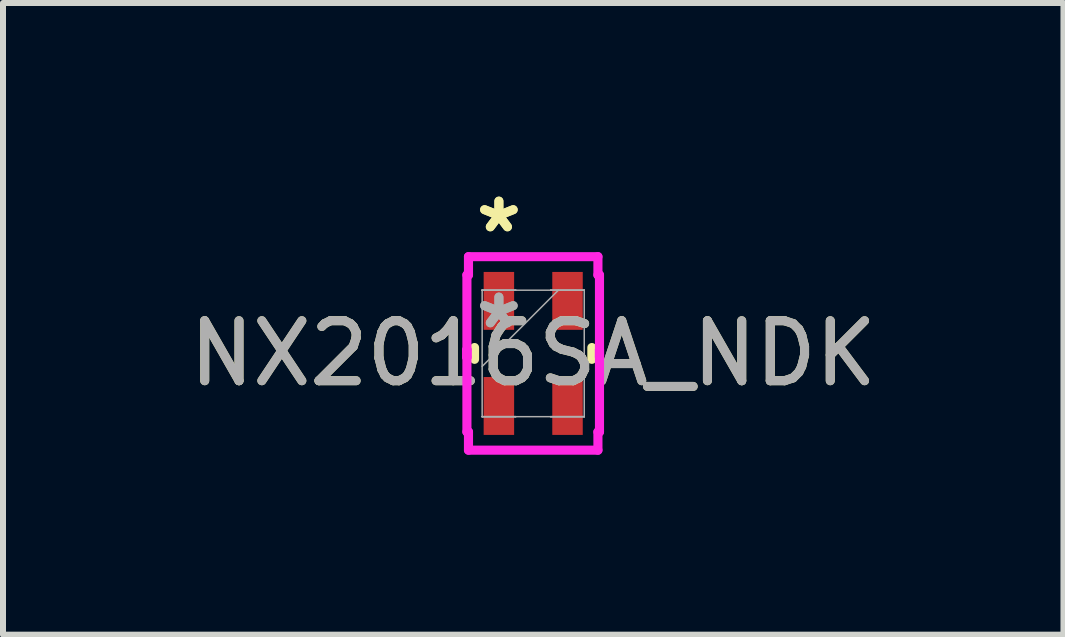
<source format=kicad_pcb>
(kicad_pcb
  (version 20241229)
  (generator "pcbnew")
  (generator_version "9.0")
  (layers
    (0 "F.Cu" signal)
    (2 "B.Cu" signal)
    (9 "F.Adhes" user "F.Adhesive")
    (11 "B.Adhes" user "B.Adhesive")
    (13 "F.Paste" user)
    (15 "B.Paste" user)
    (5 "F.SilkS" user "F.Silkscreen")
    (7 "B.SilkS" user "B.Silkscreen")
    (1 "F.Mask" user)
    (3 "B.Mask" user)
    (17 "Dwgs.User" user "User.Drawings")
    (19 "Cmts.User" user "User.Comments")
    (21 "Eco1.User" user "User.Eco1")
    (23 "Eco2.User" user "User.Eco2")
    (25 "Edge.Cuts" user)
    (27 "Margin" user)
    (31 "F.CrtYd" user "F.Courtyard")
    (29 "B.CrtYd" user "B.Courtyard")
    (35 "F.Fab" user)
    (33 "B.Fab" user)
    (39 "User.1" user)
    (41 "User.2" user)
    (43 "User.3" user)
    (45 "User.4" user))
  (footprint "NX2016SA_NDK"
    (layer "F.Cu")
    (at 5.839 2.842)
    (property "Reference" "NX2016SA_NDK" (at 0 0 0) (unlocked yes) (layer "F.SilkS") (effects (font (size 1 1) (thickness 0.15))))
    (attr smd)
    (fp_line (start -0.978 -0.098) (end -0.978 0.098) (stroke (width 0.152) (type solid)) (layer "F.SilkS"))
    (fp_line (start 0.978 0.098) (end 0.978 -0.098) (stroke (width 0.152) (type solid)) (layer "F.SilkS"))
    (fp_line (start -1.105 -1.308) (end -1.079 -1.308) (stroke (width 0.152) (type solid)) (layer "F.CrtYd"))
    (fp_line (start -1.105 -0.064) (end -1.105 -0.064) (stroke (width 0.152) (type solid)) (layer "F.CrtYd"))
    (fp_line (start -1.105 -0.064) (end -1.105 0.064) (stroke (width 0.152) (type solid)) (layer "F.CrtYd"))
    (fp_line (start -1.105 0.064) (end -1.105 -1.308) (stroke (width 0.152) (type solid)) (layer "F.CrtYd"))
    (fp_line (start -1.105 0.064) (end -1.105 0.064) (stroke (width 0.152) (type solid)) (layer "F.CrtYd"))
    (fp_line (start -1.105 1.308) (end -1.105 -0.064) (stroke (width 0.152) (type solid)) (layer "F.CrtYd"))
    (fp_line (start -1.079 -1.613) (end 1.079 -1.613) (stroke (width 0.152) (type solid)) (layer "F.CrtYd"))
    (fp_line (start -1.079 -1.308) (end -1.079 -1.613) (stroke (width 0.152) (type solid)) (layer "F.CrtYd"))
    (fp_line (start -1.079 1.308) (end -1.105 1.308) (stroke (width 0.152) (type solid)) (layer "F.CrtYd"))
    (fp_line (start -1.079 1.613) (end -1.079 1.308) (stroke (width 0.152) (type solid)) (layer "F.CrtYd"))
    (fp_line (start 1.079 -1.613) (end 1.079 -1.308) (stroke (width 0.152) (type solid)) (layer "F.CrtYd"))
    (fp_line (start 1.079 -1.308) (end 1.105 -1.308) (stroke (width 0.152) (type solid)) (layer "F.CrtYd"))
    (fp_line (start 1.079 1.308) (end 1.079 1.613) (stroke (width 0.152) (type solid)) (layer "F.CrtYd"))
    (fp_line (start 1.079 1.613) (end -1.079 1.613) (stroke (width 0.152) (type solid)) (layer "F.CrtYd"))
    (fp_line (start 1.105 -1.308) (end 1.105 0.064) (stroke (width 0.152) (type solid)) (layer "F.CrtYd"))
    (fp_line (start 1.105 -0.064) (end 1.105 -0.064) (stroke (width 0.152) (type solid)) (layer "F.CrtYd"))
    (fp_line (start 1.105 -0.064) (end 1.105 1.308) (stroke (width 0.152) (type solid)) (layer "F.CrtYd"))
    (fp_line (start 1.105 0.064) (end 1.105 -0.064) (stroke (width 0.152) (type solid)) (layer "F.CrtYd"))
    (fp_line (start 1.105 0.064) (end 1.105 0.064) (stroke (width 0.152) (type solid)) (layer "F.CrtYd"))
    (fp_line (start 1.105 1.308) (end 1.079 1.308) (stroke (width 0.152) (type solid)) (layer "F.CrtYd"))
    (fp_line (start -0.851 -1.054) (end -0.851 -1.054) (stroke (width 0.025) (type solid)) (layer "F.Fab"))
    (fp_line (start -0.851 -1.054) (end -0.851 -1.054) (stroke (width 0.025) (type solid)) (layer "F.Fab"))
    (fp_line (start -0.851 -1.054) (end -0.851 1.054) (stroke (width 0.025) (type solid)) (layer "F.Fab"))
    (fp_line (start -0.851 -1.054) (end -0.292 -1.054) (stroke (width 0.025) (type solid)) (layer "F.Fab"))
    (fp_line (start -0.851 0.216) (end 0.419 -1.054) (stroke (width 0.025) (type solid)) (layer "F.Fab"))
    (fp_line (start -0.851 1.054) (end -0.851 1.054) (stroke (width 0.025) (type solid)) (layer "F.Fab"))
    (fp_line (start -0.851 1.054) (end -0.851 1.054) (stroke (width 0.025) (type solid)) (layer "F.Fab"))
    (fp_line (start -0.851 1.054) (end -0.292 1.054) (stroke (width 0.025) (type solid)) (layer "F.Fab"))
    (fp_line (start -0.851 1.054) (end 0.851 1.054) (stroke (width 0.025) (type solid)) (layer "F.Fab"))
    (fp_line (start -0.292 -1.054) (end -0.851 -1.054) (stroke (width 0.025) (type solid)) (layer "F.Fab"))
    (fp_line (start -0.292 -1.054) (end -0.292 -1.054) (stroke (width 0.025) (type solid)) (layer "F.Fab"))
    (fp_line (start -0.292 1.054) (end -0.851 1.054) (stroke (width 0.025) (type solid)) (layer "F.Fab"))
    (fp_line (start -0.292 1.054) (end -0.292 1.054) (stroke (width 0.025) (type solid)) (layer "F.Fab"))
    (fp_line (start 0.292 -1.054) (end 0.292 -1.054) (stroke (width 0.025) (type solid)) (layer "F.Fab"))
    (fp_line (start 0.292 -1.054) (end 0.851 -1.054) (stroke (width 0.025) (type solid)) (layer "F.Fab"))
    (fp_line (start 0.292 1.054) (end 0.292 1.054) (stroke (width 0.025) (type solid)) (layer "F.Fab"))
    (fp_line (start 0.292 1.054) (end 0.851 1.054) (stroke (width 0.025) (type solid)) (layer "F.Fab"))
    (fp_line (start 0.851 -1.054) (end -0.851 -1.054) (stroke (width 0.025) (type solid)) (layer "F.Fab"))
    (fp_line (start 0.851 -1.054) (end 0.292 -1.054) (stroke (width 0.025) (type solid)) (layer "F.Fab"))
    (fp_line (start 0.851 -1.054) (end 0.851 -1.054) (stroke (width 0.025) (type solid)) (layer "F.Fab"))
    (fp_line (start 0.851 -1.054) (end 0.851 -1.054) (stroke (width 0.025) (type solid)) (layer "F.Fab"))
    (fp_line (start 0.851 1.054) (end 0.292 1.054) (stroke (width 0.025) (type solid)) (layer "F.Fab"))
    (fp_line (start 0.851 1.054) (end 0.851 -1.054) (stroke (width 0.025) (type solid)) (layer "F.Fab"))
    (fp_line (start 0.851 1.054) (end 0.851 1.054) (stroke (width 0.025) (type solid)) (layer "F.Fab"))
    (fp_line (start 0.851 1.054) (end 0.851 1.054) (stroke (width 0.025) (type solid)) (layer "F.Fab"))
    (fp_text user "*" (at -0.572 -1.994 0) (unlocked yes) (layer "F.SilkS") (effects (font (size 1 1) (thickness 0.15))))
    (fp_text user "*" (at -0.572 -1.994 0) (layer "F.SilkS") (effects (font (size 1 1) (thickness 0.15))))
    (fp_text user "*" (at -0.572 -0.394 0) (layer "F.Fab") (effects (font (size 1 1) (thickness 0.15))))
    (fp_text user "*" (at -0.572 -0.394 0) (unlocked yes) (layer "F.Fab") (effects (font (size 1 1) (thickness 0.15))))
    (fp_text user "${REFERENCE}" (at 0 0 0) (unlocked yes) (layer "F.Fab") (effects (font (size 1 1) (thickness 0.15))))
    (pad "1" smd rect (at -0.572 -0.876) (size 0.508 0.965) (layers "F.Cu" "F.Mask" "F.Paste"))
    (pad "2" smd rect (at -0.572 0.876) (size 0.508 0.965) (layers "F.Cu" "F.Mask" "F.Paste"))
    (pad "3" smd rect (at 0.572 0.876) (size 0.508 0.965) (layers "F.Cu" "F.Mask" "F.Paste"))
    (pad "4" smd rect (at 0.572 -0.876) (size 0.508 0.965) (layers "F.Cu" "F.Mask" "F.Paste")))
  (gr_rect
    (start -3 -3)
    (end 14.679 7.531)
    (stroke (width 0.1) (type default))
    (fill no)
    (layer "Edge.Cuts")))
</source>
